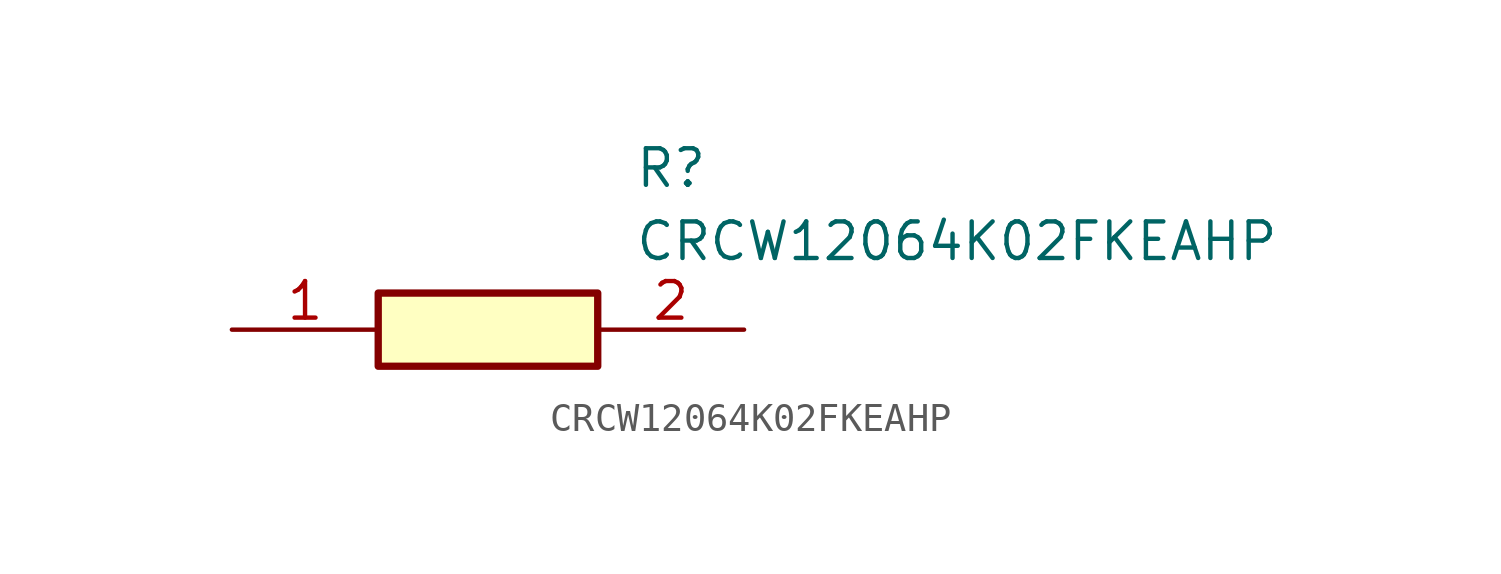
<source format=kicad_sym>
(kicad_symbol_lib
  (version 20211014)
  (generator SamacSys_ECAD_Model)
  (symbol "CRCW12064K02FKEAHP"
    (pin_names hide)
    (property "Reference" "R"
      (at 13.97 6.35 0)
      (effects (font (size 1.27 1.27)) (justify left top)))
    (property "Value" "CRCW12064K02FKEAHP"
      (at 13.97 3.81 0)
      (effects (font (size 1.27 1.27)) (justify left top)))
    (rectangle
      (start 5.08 1.27)
      (end 12.7 -1.27)
      (stroke (width 0.254) (type default))
      (fill (type background)))
    (pin passive line
      (at 0 0 0)
      (length 5.08)
      (name "1" (effects (font (size 1.27 1.27))))
      (number "1" (effects (font (size 1.27 1.27)))))
    (pin passive line
      (at 17.78 0 180)
      (length 5.08)
      (name "2" (effects (font (size 1.27 1.27))))
      (number "2" (effects (font (size 1.27 1.27)))))))
</source>
